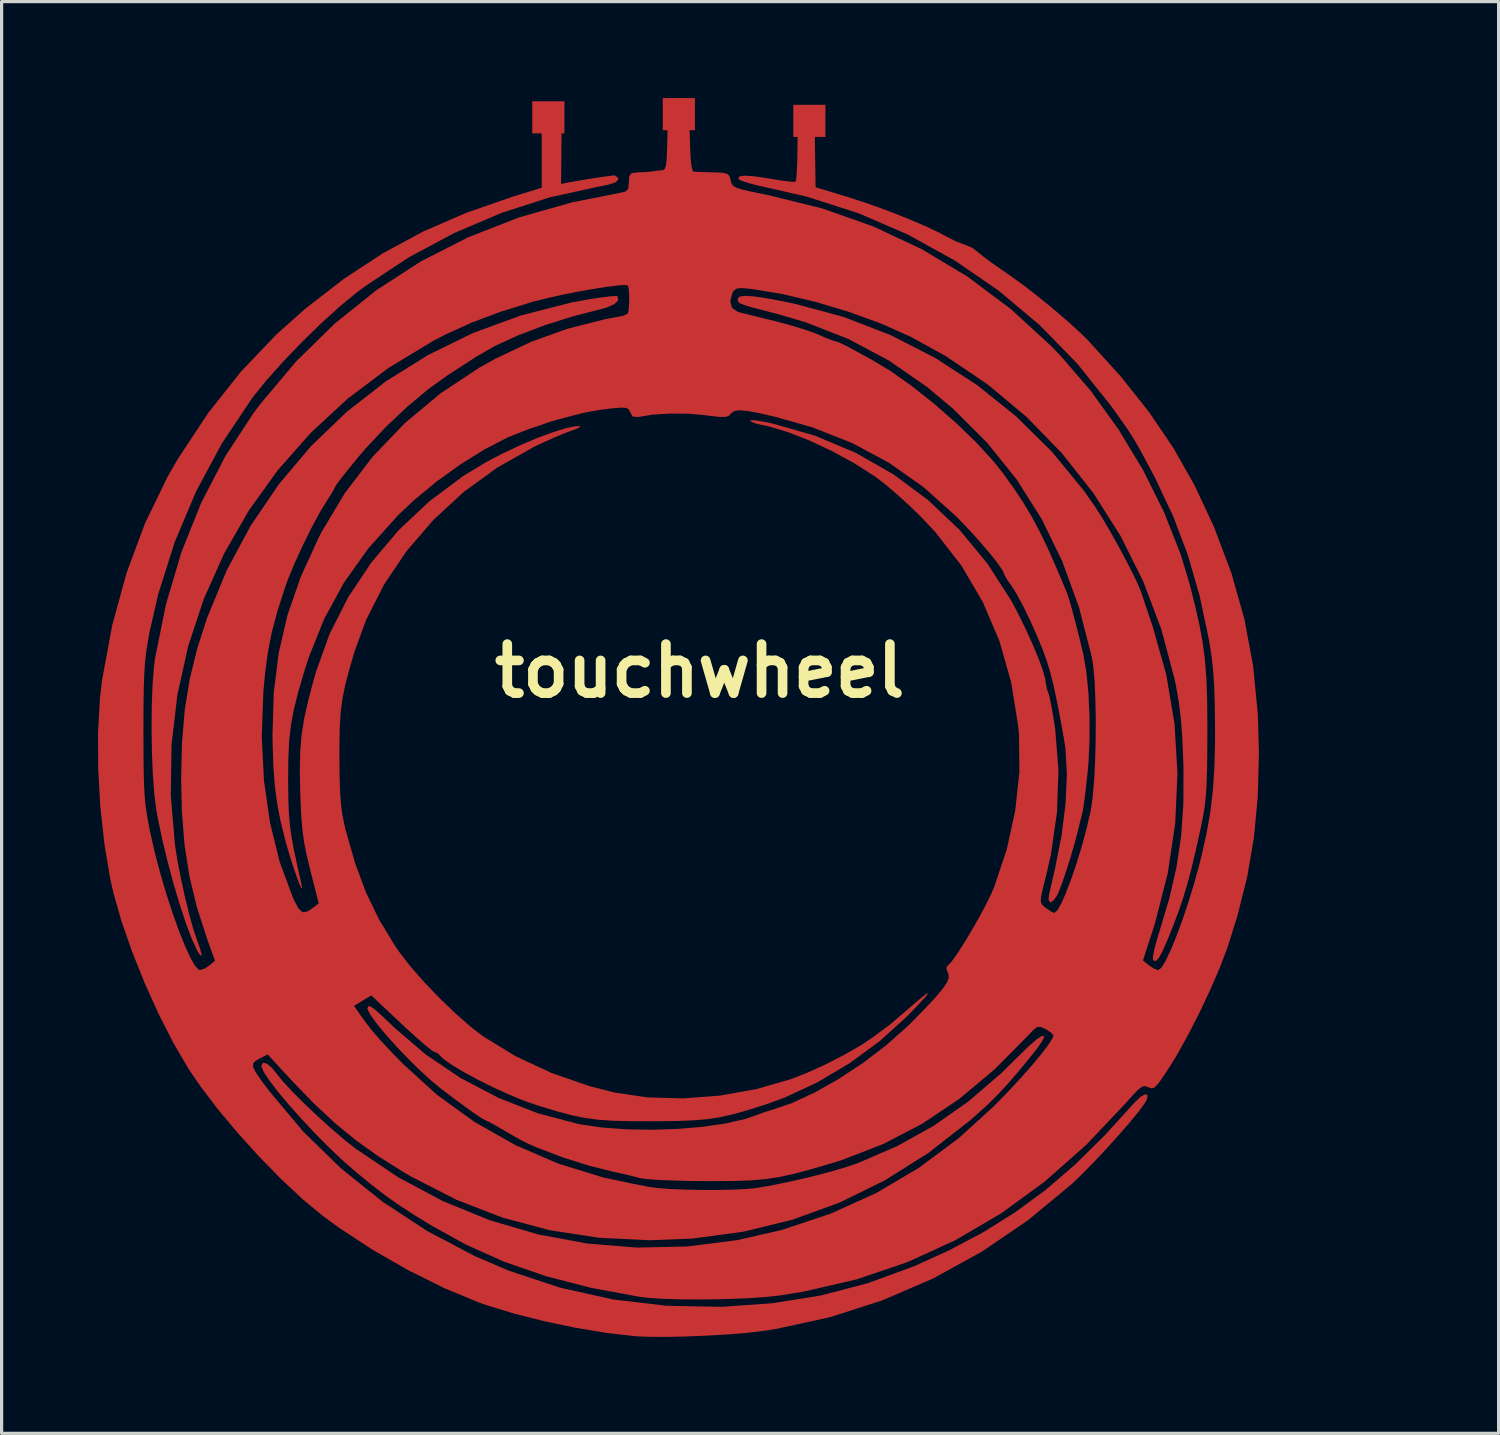
<source format=kicad_pcb>
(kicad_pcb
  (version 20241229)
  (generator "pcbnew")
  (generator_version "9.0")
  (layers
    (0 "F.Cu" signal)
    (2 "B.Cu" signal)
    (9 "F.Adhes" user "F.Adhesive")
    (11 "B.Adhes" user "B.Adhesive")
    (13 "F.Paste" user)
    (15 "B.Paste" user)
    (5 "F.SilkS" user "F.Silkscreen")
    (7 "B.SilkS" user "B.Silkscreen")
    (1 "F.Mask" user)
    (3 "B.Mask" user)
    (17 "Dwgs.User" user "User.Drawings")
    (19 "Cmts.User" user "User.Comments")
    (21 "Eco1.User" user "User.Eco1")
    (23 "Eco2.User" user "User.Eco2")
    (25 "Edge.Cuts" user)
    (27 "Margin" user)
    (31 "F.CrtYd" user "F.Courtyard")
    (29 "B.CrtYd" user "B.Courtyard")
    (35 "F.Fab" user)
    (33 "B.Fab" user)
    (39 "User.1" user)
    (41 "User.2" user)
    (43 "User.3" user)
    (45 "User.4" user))
  (footprint "touchwheel"
    (layer "F.Cu")
    (at 18.047 20.89)
    (property "Reference" "touchwheel" (at 0.67 -3.07 0) (layer "F.SilkS") (effects (font (size 1.524 1.524) (thickness 0.3))))
    (attr through_hole)
    (fp_poly (pts (xy 13.878 -19.284) (xy 13.836 -19.241) (xy 13.793 -19.284) (xy 13.836 -19.326) (xy 13.878 -19.284)) (stroke (width 0.01) (type solid)) (fill yes) (layer "F.Mask"))
    (fp_poly (pts (xy 22.514 -19.622) (xy 22.472 -19.58) (xy 22.429 -19.622) (xy 22.472 -19.665) (xy 22.514 -19.622)) (stroke (width 0.01) (type solid)) (fill yes) (layer "F.Mask"))
    (pad "1" smd custom (at 4.08 -20.18) (size 1 1) (layers "F.Cu" "F.Mask" "F.Paste") (options (anchor rect)) (primitives (gr_poly (pts (xy 0.165 0.571) (xy 0.188 2.067) (xy 1.204 2.377) (xy 1.808 2.574) (xy 2.438 2.801) (xy 3.051 3.042) (xy 3.607 3.279) (xy 4.064 3.496) (xy 4.252 3.598) (xy 4.516 3.733) (xy 4.764 3.832) (xy 4.826 3.85) (xy 5.066 3.955) (xy 5.239 4.085) (xy 5.385 4.207) (xy 5.632 4.392) (xy 5.942 4.611) (xy 6.151 4.754) (xy 6.573 5.053) (xy 7.056 5.424) (xy 7.557 5.832) (xy 8.034 6.24) (xy 8.443 6.613) (xy 8.655 6.822) (xy 9.677 7.946) (xy 10.557 9.053) (xy 11.317 10.174) (xy 11.978 11.341) (xy 12.56 12.586) (xy 12.581 12.634) (xy 13.124 14.071) (xy 13.527 15.499) (xy 13.799 16.955) (xy 13.946 18.475) (xy 13.979 19.65) (xy 13.943 21.018) (xy 13.824 22.287) (xy 13.615 23.512) (xy 13.305 24.745) (xy 13.003 25.704) (xy 12.775 26.308) (xy 12.478 26.999) (xy 12.137 27.724) (xy 11.777 28.429) (xy 11.425 29.061) (xy 11.21 29.411) (xy 10.993 29.742) (xy 10.842 29.951) (xy 10.736 30.061) (xy 10.651 30.092) (xy 10.565 30.066) (xy 10.543 30.055) (xy 10.446 30.018) (xy 10.349 30.037) (xy 10.224 30.13) (xy 10.043 30.319) (xy 9.849 30.539) (xy 8.615 31.843) (xy 7.32 32.989) (xy 5.961 33.98) (xy 4.535 34.816) (xy 3.04 35.499) (xy 1.474 36.03) (xy -0.166 36.411) (xy -0.936 36.535) (xy -1.403 36.584) (xy -1.975 36.622) (xy -2.613 36.646) (xy -3.276 36.657) (xy -3.922 36.655) (xy -4.511 36.639) (xy -5.002 36.608) (xy -5.273 36.576) (xy -6.795 36.294) (xy -8.189 35.934) (xy -9.477 35.489) (xy -10.686 34.948) (xy -11.707 34.385) (xy -12.28 34.035) (xy -12.754 33.727) (xy -13.18 33.427) (xy -13.608 33.097) (xy -14.09 32.701) (xy -14.181 32.625) (xy -14.57 32.282) (xy -14.983 31.887) (xy -15.402 31.462) (xy -15.81 31.026) (xy -16.188 30.601) (xy -16.518 30.207) (xy -16.782 29.864) (xy -16.962 29.592) (xy -17.04 29.413) (xy -17.041 29.393) (xy -16.996 29.3) (xy -16.879 29.329) (xy -16.719 29.463) (xy -16.572 29.646) (xy -16.379 29.885) (xy -16.084 30.203) (xy -15.716 30.57) (xy -15.307 30.959) (xy -14.884 31.342) (xy -14.478 31.689) (xy -14.12 31.973) (xy -12.792 32.866) (xy -11.395 33.61) (xy -9.941 34.203) (xy -8.442 34.643) (xy -6.91 34.927) (xy -5.357 35.053) (xy -3.797 35.019) (xy -2.241 34.821) (xy -0.864 34.506) (xy 0.652 34.002) (xy 2.07 33.361) (xy 3.399 32.578) (xy 4.65 31.648) (xy 5.739 30.657) (xy 6.168 30.218) (xy 6.57 29.787) (xy 6.928 29.382) (xy 7.226 29.024) (xy 7.446 28.732) (xy 7.573 28.527) (xy 7.597 28.449) (xy 7.529 28.363) (xy 7.365 28.255) (xy 7.349 28.247) (xy 7.195 28.177) (xy 7.083 28.182) (xy 6.957 28.28) (xy 6.82 28.428) (xy 5.753 29.505) (xy 4.653 30.424) (xy 3.506 31.193) (xy 2.298 31.821) (xy 1.013 32.319) (xy 0.651 32.432) (xy 0.035 32.611) (xy -0.474 32.747) (xy -0.919 32.845) (xy -1.342 32.91) (xy -1.787 32.95) (xy -2.296 32.97) (xy -2.911 32.975) (xy -3.242 32.975) (xy -3.788 32.969) (xy -4.293 32.955) (xy -4.727 32.936) (xy -5.058 32.912) (xy -5.257 32.885) (xy -5.274 32.881) (xy -5.524 32.814) (xy -5.853 32.737) (xy -6.077 32.689) (xy -6.838 32.5) (xy -7.659 32.241) (xy -8.459 31.937) (xy -8.744 31.814) (xy -8.922 31.724) (xy -9.188 31.577) (xy -9.486 31.404) (xy -9.493 31.4) (xy -9.761 31.244) (xy -9.971 31.129) (xy -10.081 31.077) (xy -10.086 31.076) (xy -10.185 31.024) (xy -10.395 30.884) (xy -10.692 30.673) (xy -11.053 30.407) (xy -11.454 30.103) (xy -11.464 30.096) (xy -11.779 29.834) (xy -12.128 29.514) (xy -12.49 29.156) (xy -12.843 28.787) (xy -13.165 28.428) (xy -13.434 28.104) (xy -13.63 27.838) (xy -13.731 27.653) (xy -13.739 27.61) (xy -13.721 27.545) (xy -13.656 27.55) (xy -13.528 27.639) (xy -13.319 27.822) (xy -13.013 28.113) (xy -12.916 28.207) (xy -11.941 29.043) (xy -10.851 29.778) (xy -9.677 30.393) (xy -8.448 30.875) (xy -7.196 31.206) (xy -7.135 31.218) (xy -6.444 31.319) (xy -5.679 31.375) (xy -4.875 31.388) (xy -4.067 31.36) (xy -3.292 31.293) (xy -2.584 31.188) (xy -1.978 31.048) (xy -1.59 30.911) (xy -1.369 30.83) (xy -1.209 30.783) (xy -0.558 30.565) (xy 0.16 30.233) (xy 0.912 29.809) (xy 1.665 29.312) (xy 2.384 28.766) (xy 3.034 28.189) (xy 3.157 28.069) (xy 3.599 27.62) (xy 3.926 27.269) (xy 4.151 27.001) (xy 4.286 26.8) (xy 4.341 26.651) (xy 4.329 26.536) (xy 4.312 26.504) (xy 4.262 26.352) (xy 4.295 26.296) (xy 4.411 26.176) (xy 4.584 25.937) (xy 4.796 25.611) (xy 5.027 25.23) (xy 5.259 24.825) (xy 5.473 24.429) (xy 5.65 24.073) (xy 5.75 23.844) (xy 6.145 22.663) (xy 6.409 21.452) (xy 6.538 20.248) (xy 6.525 19.084) (xy 6.504 18.846) (xy 6.283 17.468) (xy 5.915 16.174) (xy 5.399 14.964) (xy 4.738 13.838) (xy 3.929 12.797) (xy 3.499 12.337) (xy 3.131 11.979) (xy 2.742 11.625) (xy 2.376 11.312) (xy 2.077 11.08) (xy 2.051 11.062) (xy 1.411 10.653) (xy 0.717 10.273) (xy 0.012 9.941) (xy -0.665 9.676) (xy -1.271 9.496) (xy -1.481 9.453) (xy -1.697 9.4) (xy -1.829 9.339) (xy -1.84 9.327) (xy -1.784 9.312) (xy -1.598 9.332) (xy -1.316 9.383) (xy -1.156 9.417) (xy 0.174 9.798) (xy 1.431 10.326) (xy 2.606 10.996) (xy 3.687 11.797) (xy 4.665 12.723) (xy 5.528 13.765) (xy 6.267 14.915) (xy 6.446 15.247) (xy 6.705 15.77) (xy 6.935 16.273) (xy 7.125 16.728) (xy 7.262 17.106) (xy 7.334 17.378) (xy 7.343 17.46) (xy 7.383 17.676) (xy 7.42 17.767) (xy 7.462 17.906) (xy 7.518 18.173) (xy 7.581 18.531) (xy 7.642 18.93) (xy 7.743 20.19) (xy 7.698 21.497) (xy 7.509 22.816) (xy 7.353 23.502) (xy 7.258 23.875) (xy 7.204 24.12) (xy 7.192 24.271) (xy 7.221 24.366) (xy 7.292 24.439) (xy 7.352 24.486) (xy 7.516 24.598) (xy 7.619 24.643) (xy 7.712 24.568) (xy 7.836 24.353) (xy 7.982 24.024) (xy 8.142 23.608) (xy 8.306 23.128) (xy 8.465 22.611) (xy 8.61 22.082) (xy 8.732 21.567) (xy 8.759 21.437) (xy 8.817 21.041) (xy 8.862 20.521) (xy 8.893 19.917) (xy 8.91 19.265) (xy 8.913 18.604) (xy 8.901 17.97) (xy 8.875 17.402) (xy 8.833 16.938) (xy 8.793 16.687) (xy 8.394 15.137) (xy 7.873 13.703) (xy 7.227 12.376) (xy 6.45 11.149) (xy 5.538 10.014) (xy 4.486 8.963) (xy 3.66 8.271) (xy 2.483 7.455) (xy 1.228 6.786) (xy -0.116 6.259) (xy -0.955 6.013) (xy -1.436 5.888) (xy -1.777 5.797) (xy -2.002 5.731) (xy -2.135 5.681) (xy -2.201 5.638) (xy -2.223 5.592) (xy -2.225 5.538) (xy -2.168 5.47) (xy -1.992 5.447) (xy -1.687 5.469) (xy -1.241 5.538) (xy -0.647 5.653) (xy -0.447 5.696) (xy 1.064 6.104) (xy 2.52 6.667) (xy 3.909 7.377) (xy 5.217 8.224) (xy 6.432 9.2) (xy 7.541 10.295) (xy 8.531 11.502) (xy 8.902 12.032) (xy 9.112 12.363) (xy 9.351 12.769) (xy 9.6 13.214) (xy 9.841 13.663) (xy 10.054 14.08) (xy 10.221 14.428) (xy 10.321 14.673) (xy 10.328 14.697) (xy 10.376 14.845) (xy 10.465 15.111) (xy 10.581 15.455) (xy 10.677 15.738) (xy 11.096 17.224) (xy 11.352 18.746) (xy 11.445 20.291) (xy 11.375 21.848) (xy 11.143 23.406) (xy 10.747 24.954) (xy 10.685 25.149) (xy 10.371 26.118) (xy 10.56 26.271) (xy 10.733 26.383) (xy 10.854 26.423) (xy 10.954 26.345) (xy 11.088 26.126) (xy 11.248 25.789) (xy 11.425 25.356) (xy 11.612 24.85) (xy 11.799 24.293) (xy 11.977 23.709) (xy 12.139 23.121) (xy 12.213 22.825) (xy 12.367 22.125) (xy 12.481 21.471) (xy 12.558 20.814) (xy 12.604 20.109) (xy 12.623 19.308) (xy 12.623 18.803) (xy 12.615 18.113) (xy 12.596 17.548) (xy 12.562 17.065) (xy 12.511 16.62) (xy 12.439 16.168) (xy 12.433 16.136) (xy 12.143 14.768) (xy 11.779 13.509) (xy 11.326 12.309) (xy 10.765 11.119) (xy 10.665 10.929) (xy 10.434 10.495) (xy 10.255 10.166) (xy 10.1 9.9) (xy 9.944 9.653) (xy 9.757 9.381) (xy 9.515 9.041) (xy 9.381 8.855) (xy 8.335 7.546) (xy 7.17 6.353) (xy 5.896 5.281) (xy 4.525 4.339) (xy 3.067 3.533) (xy 1.534 2.87) (xy -0.065 2.357) (xy -1.189 2.097) (xy -1.575 2.013) (xy -1.896 1.929) (xy -2.118 1.855) (xy -2.205 1.802) (xy -2.175 1.732) (xy -2.017 1.708) (xy -1.719 1.729) (xy -1.272 1.795) (xy -1.124 1.821) (xy -0.812 1.87) (xy -0.567 1.898) (xy -0.434 1.9) (xy -0.425 1.897) (xy -0.404 1.804) (xy -0.386 1.571) (xy -0.372 1.226) (xy -0.364 0.799) (xy -0.362 0.468) (xy -0.32 0.09) (xy 0.2 0.09) (xy 0.165 0.571)) (width 0.01) (fill yes))))
    (pad "2" smd custom (at 0.02 -20.39) (size 1 1) (layers "F.Cu" "F.Mask" "F.Paste") (options (anchor rect)) (primitives (gr_poly (pts (xy 0.33 0.488) (xy 0.344 1.019) (xy 0.363 1.398) (xy 0.391 1.642) (xy 0.427 1.768) (xy 0.46 1.794) (xy 0.598 1.802) (xy 0.844 1.81) (xy 1.063 1.815) (xy 1.342 1.827) (xy 1.497 1.859) (xy 1.571 1.932) (xy 1.608 2.063) (xy 1.633 2.16) (xy 1.684 2.232) (xy 1.786 2.293) (xy 1.968 2.351) (xy 2.256 2.417) (xy 2.677 2.503) (xy 2.782 2.524) (xy 4.459 2.939) (xy 6.052 3.501) (xy 7.559 4.209) (xy 8.982 5.063) (xy 10.318 6.063) (xy 11.569 7.209) (xy 11.866 7.516) (xy 12.809 8.611) (xy 13.672 9.81) (xy 14.439 11.08) (xy 15.09 12.389) (xy 15.609 13.707) (xy 15.881 14.611) (xy 16.057 15.306) (xy 16.192 15.908) (xy 16.292 16.458) (xy 16.361 16.998) (xy 16.405 17.57) (xy 16.428 18.215) (xy 16.435 18.976) (xy 16.435 19.225) (xy 16.432 19.899) (xy 16.424 20.435) (xy 16.41 20.863) (xy 16.387 21.215) (xy 16.354 21.521) (xy 16.307 21.813) (xy 16.246 22.12) (xy 16.241 22.146) (xy 16.084 22.86) (xy 15.945 23.446) (xy 15.814 23.942) (xy 15.681 24.386) (xy 15.533 24.817) (xy 15.389 25.199) (xy 15.19 25.697) (xy 15.035 26.046) (xy 14.917 26.257) (xy 14.828 26.344) (xy 14.762 26.319) (xy 14.756 26.309) (xy 14.755 26.192) (xy 14.802 25.955) (xy 14.888 25.638) (xy 14.953 25.428) (xy 15.265 24.385) (xy 15.488 23.41) (xy 15.63 22.449) (xy 15.699 21.447) (xy 15.702 20.351) (xy 15.696 20.139) (xy 15.667 19.438) (xy 15.625 18.855) (xy 15.564 18.339) (xy 15.479 17.838) (xy 15.431 17.6) (xy 15.016 16.033) (xy 14.451 14.536) (xy 13.743 13.117) (xy 12.898 11.785) (xy 11.923 10.55) (xy 10.825 9.42) (xy 9.611 8.405) (xy 8.287 7.512) (xy 7.202 6.916) (xy 6.307 6.516) (xy 5.306 6.151) (xy 4.259 5.837) (xy 3.224 5.592) (xy 2.259 5.434) (xy 2.199 5.427) (xy 1.933 5.406) (xy 1.782 5.427) (xy 1.695 5.503) (xy 1.665 5.553) (xy 1.591 5.813) (xy 1.65 6.027) (xy 1.828 6.155) (xy 1.835 6.157) (xy 2.002 6.2) (xy 2.29 6.272) (xy 2.656 6.362) (xy 2.978 6.441) (xy 3.41 6.555) (xy 3.831 6.681) (xy 4.184 6.801) (xy 4.357 6.871) (xy 4.612 6.982) (xy 4.807 7.056) (xy 4.883 7.075) (xy 4.998 7.114) (xy 5.202 7.211) (xy 5.325 7.277) (xy 5.618 7.438) (xy 5.909 7.596) (xy 5.985 7.637) (xy 6.591 8) (xy 7.255 8.471) (xy 7.943 9.018) (xy 8.616 9.607) (xy 9.238 10.208) (xy 9.772 10.789) (xy 10.082 11.177) (xy 10.419 11.648) (xy 10.711 12.086) (xy 10.973 12.523) (xy 11.223 12.992) (xy 11.479 13.524) (xy 11.756 14.151) (xy 12.073 14.906) (xy 12.074 14.907) (xy 12.129 15.074) (xy 12.213 15.366) (xy 12.313 15.741) (xy 12.421 16.16) (xy 12.524 16.582) (xy 12.578 16.812) (xy 12.671 17.35) (xy 12.735 18.005) (xy 12.769 18.726) (xy 12.77 19.464) (xy 12.738 20.168) (xy 12.716 20.41) (xy 12.67 20.843) (xy 12.624 21.231) (xy 12.583 21.534) (xy 12.552 21.713) (xy 12.549 21.723) (xy 12.494 21.938) (xy 12.425 22.221) (xy 12.402 22.315) (xy 12.309 22.67) (xy 12.19 23.08) (xy 12.059 23.498) (xy 11.931 23.876) (xy 11.822 24.167) (xy 11.77 24.284) (xy 11.66 24.448) (xy 11.56 24.517) (xy 11.559 24.517) (xy 11.504 24.445) (xy 11.519 24.284) (xy 11.566 24.079) (xy 11.635 23.779) (xy 11.7 23.501) (xy 11.908 22.449) (xy 12.034 21.454) (xy 12.075 20.543) (xy 12.031 19.74) (xy 11.991 19.472) (xy 11.864 18.773) (xy 11.755 18.213) (xy 11.658 17.763) (xy 11.565 17.392) (xy 11.471 17.073) (xy 11.469 17.066) (xy 11.329 16.674) (xy 11.144 16.222) (xy 10.934 15.753) (xy 10.72 15.311) (xy 10.52 14.938) (xy 10.357 14.677) (xy 10.344 14.66) (xy 10.211 14.473) (xy 10.138 14.344) (xy 10.133 14.324) (xy 10.076 14.194) (xy 9.921 13.968) (xy 9.686 13.671) (xy 9.393 13.326) (xy 9.06 12.957) (xy 8.709 12.59) (xy 8.599 12.48) (xy 7.601 11.589) (xy 6.539 10.842) (xy 5.395 10.228) (xy 4.152 9.738) (xy 3.021 9.416) (xy 2.518 9.3) (xy 2.153 9.231) (xy 1.901 9.207) (xy 1.737 9.227) (xy 1.637 9.289) (xy 1.619 9.311) (xy 1.551 9.38) (xy 1.45 9.414) (xy 1.277 9.414) (xy 0.994 9.384) (xy 0.806 9.359) (xy 0.288 9.314) (xy -0.275 9.31) (xy -0.813 9.343) (xy -1.257 9.414) (xy -1.268 9.416) (xy -1.43 9.405) (xy -1.509 9.278) (xy -1.552 9.182) (xy -1.632 9.133) (xy -1.789 9.125) (xy -2.066 9.147) (xy -2.13 9.153) (xy -2.507 9.203) (xy -2.889 9.272) (xy -3.118 9.325) (xy -3.409 9.402) (xy -3.665 9.469) (xy -3.753 9.492) (xy -3.99 9.561) (xy -4.134 9.611) (xy -4.324 9.678) (xy -4.581 9.763) (xy -4.642 9.782) (xy -5.308 10.042) (xy -6.037 10.419) (xy -6.794 10.889) (xy -7.546 11.43) (xy -8.257 12.019) (xy -8.749 12.485) (xy -9.659 13.5) (xy -10.416 14.561) (xy -11.032 15.69) (xy -11.523 16.91) (xy -11.655 17.323) (xy -11.844 17.969) (xy -11.98 18.51) (xy -12.071 18.999) (xy -12.127 19.491) (xy -12.153 20.037) (xy -12.159 20.693) (xy -12.159 20.749) (xy -12.153 21.263) (xy -12.139 21.69) (xy -12.109 22.073) (xy -12.058 22.455) (xy -11.981 22.879) (xy -11.873 23.387) (xy -11.751 23.924) (xy -11.725 24.066) (xy -11.741 24.07) (xy -11.792 23.961) (xy -11.868 23.762) (xy -11.96 23.498) (xy -12.059 23.192) (xy -12.158 22.869) (xy -12.223 22.64) (xy -12.376 22.029) (xy -12.488 21.462) (xy -12.564 20.887) (xy -12.61 20.255) (xy -12.633 19.514) (xy -12.636 19.34) (xy -12.598 18.013) (xy -12.445 16.772) (xy -12.167 15.578) (xy -11.756 14.393) (xy -11.202 13.181) (xy -11.111 13.003) (xy -10.384 11.788) (xy -9.518 10.656) (xy -8.524 9.62) (xy -7.418 8.695) (xy -6.213 7.896) (xy -5.7 7.61) (xy -4.592 7.086) (xy -3.469 6.683) (xy -2.276 6.38) (xy -1.744 6.28) (xy -1.604 6.222) (xy -1.585 6.206) (xy -1.556 6.097) (xy -1.541 5.886) (xy -1.54 5.642) (xy -1.554 5.432) (xy -1.583 5.323) (xy -1.583 5.323) (xy -1.692 5.309) (xy -1.935 5.327) (xy -2.28 5.372) (xy -2.698 5.439) (xy -3.156 5.521) (xy -3.624 5.614) (xy -4.07 5.712) (xy -4.463 5.81) (xy -4.585 5.844) (xy -5.578 6.154) (xy -6.453 6.483) (xy -7.26 6.85) (xy -7.647 7.051) (xy -9.031 7.888) (xy -10.302 8.845) (xy -11.455 9.911) (xy -12.485 11.078) (xy -13.386 12.335) (xy -14.153 13.672) (xy -14.782 15.078) (xy -15.267 16.545) (xy -15.604 18.062) (xy -15.786 19.619) (xy -15.809 21.206) (xy -15.679 22.739) (xy -15.603 23.219) (xy -15.497 23.766) (xy -15.373 24.333) (xy -15.242 24.87) (xy -15.114 25.332) (xy -15.01 25.646) (xy -14.905 25.943) (xy -14.856 26.126) (xy -14.865 26.181) (xy -14.933 26.096) (xy -14.982 26.009) (xy -15.146 25.653) (xy -15.33 25.165) (xy -15.524 24.577) (xy -15.717 23.926) (xy -15.901 23.244) (xy -16.064 22.566) (xy -16.198 21.926) (xy -16.255 21.61) (xy -16.315 21.122) (xy -16.359 20.514) (xy -16.387 19.829) (xy -16.397 19.112) (xy -16.391 18.406) (xy -16.366 17.755) (xy -16.324 17.202) (xy -16.291 16.939) (xy -15.949 15.246) (xy -15.468 13.625) (xy -14.852 12.089) (xy -14.105 10.646) (xy -13.233 9.31) (xy -13.018 9.023) (xy -11.903 7.699) (xy -10.7 6.518) (xy -9.407 5.481) (xy -8.023 4.586) (xy -6.547 3.833) (xy -4.977 3.22) (xy -3.312 2.747) (xy -1.869 2.462) (xy -1.661 2.415) (xy -1.571 2.328) (xy -1.551 2.149) (xy -1.551 2.118) (xy -1.539 1.927) (xy -1.468 1.842) (xy -1.289 1.818) (xy -1.234 1.816) (xy -1.003 1.805) (xy -0.846 1.79) (xy -0.832 1.787) (xy -0.684 1.765) (xy -0.559 1.754) (xy -0.486 1.743) (xy -0.434 1.704) (xy -0.399 1.612) (xy -0.377 1.441) (xy -0.363 1.165) (xy -0.352 0.759) (xy -0.347 0.492) (xy -0.33 -0.05) (xy 0.37 -0.13) (xy 0.33 0.488)) (width 0.01) (fill yes))))
    (pad "3" smd custom (at -4.04 -20.29) (size 1 1) (layers "F.Cu" "F.Mask" "F.Paste") (options (anchor rect)) (primitives (gr_poly (pts (xy 0.392 2.078) (xy 0.625 2.031) (xy 0.866 1.986) (xy 1.176 1.934) (xy 1.505 1.883) (xy 1.8 1.841) (xy 2.007 1.815) (xy 2.064 1.811) (xy 2.159 1.878) (xy 2.17 1.93) (xy 2.099 2.012) (xy 1.879 2.087) (xy 1.556 2.151) (xy 0.046 2.482) (xy -1.462 2.969) (xy -2.938 3.598) (xy -4.355 4.358) (xy -5.684 5.236) (xy -5.958 5.441) (xy -6.485 5.874) (xy -7.067 6.401) (xy -7.667 6.986) (xy -8.247 7.589) (xy -8.769 8.174) (xy -9.196 8.701) (xy -9.236 8.756) (xy -10.165 10.15) (xy -10.965 11.642) (xy -11.626 13.208) (xy -12.138 14.824) (xy -12.406 15.992) (xy -12.469 16.337) (xy -12.517 16.653) (xy -12.552 16.973) (xy -12.575 17.328) (xy -12.59 17.748) (xy -12.598 18.266) (xy -12.6 18.914) (xy -12.6 19.125) (xy -12.598 19.799) (xy -12.593 20.334) (xy -12.581 20.763) (xy -12.562 21.115) (xy -12.532 21.422) (xy -12.49 21.715) (xy -12.433 22.026) (xy -12.377 22.3) (xy -12.238 22.904) (xy -12.074 23.526) (xy -11.892 24.142) (xy -11.701 24.732) (xy -11.508 25.273) (xy -11.321 25.745) (xy -11.148 26.125) (xy -10.997 26.392) (xy -10.875 26.523) (xy -10.841 26.533) (xy -10.687 26.482) (xy -10.541 26.385) (xy -10.364 26.237) (xy -10.616 25.535) (xy -10.929 24.563) (xy -11.158 23.616) (xy -11.31 22.646) (xy -11.394 21.605) (xy -11.418 20.564) (xy -11.39 19.436) (xy -11.303 18.419) (xy -11.148 17.465) (xy -10.917 16.525) (xy -10.617 15.59) (xy -10.005 14.102) (xy -9.257 12.709) (xy -8.379 11.417) (xy -7.381 10.234) (xy -6.269 9.165) (xy -5.052 8.217) (xy -3.738 7.397) (xy -2.333 6.71) (xy -0.847 6.165) (xy 0.713 5.766) (xy 1.269 5.664) (xy 1.625 5.61) (xy 1.914 5.574) (xy 2.1 5.562) (xy 2.147 5.569) (xy 2.173 5.684) (xy 2.054 5.804) (xy 1.813 5.912) (xy 1.647 5.957) (xy 0.745 6.19) (xy -0.129 6.467) (xy -0.94 6.776) (xy -1.653 7.102) (xy -2.232 7.433) (xy -2.233 7.433) (xy -2.449 7.574) (xy -2.748 7.768) (xy -3.072 7.977) (xy -3.122 8.009) (xy -3.742 8.454) (xy -4.403 9.007) (xy -5.063 9.632) (xy -5.68 10.289) (xy -5.924 10.574) (xy -6.186 10.895) (xy -6.405 11.169) (xy -6.559 11.371) (xy -6.628 11.474) (xy -6.63 11.48) (xy -6.677 11.578) (xy -6.791 11.766) (xy -6.88 11.903) (xy -7.109 12.278) (xy -7.37 12.763) (xy -7.639 13.305) (xy -7.89 13.854) (xy -8.1 14.359) (xy -8.201 14.638) (xy -8.433 15.363) (xy -8.603 16) (xy -8.726 16.615) (xy -8.814 17.272) (xy -8.87 17.874) (xy -8.92 19.275) (xy -8.85 20.639) (xy -8.662 21.943) (xy -8.361 23.163) (xy -7.95 24.276) (xy -7.91 24.364) (xy -7.772 24.623) (xy -7.642 24.733) (xy -7.489 24.707) (xy -7.331 24.602) (xy -7.137 24.453) (xy -7.404 23.398) (xy -7.512 22.953) (xy -7.589 22.568) (xy -7.642 22.194) (xy -7.678 21.779) (xy -7.703 21.273) (xy -7.713 20.943) (xy -7.725 20.285) (xy -7.713 19.726) (xy -7.671 19.219) (xy -7.592 18.714) (xy -7.47 18.163) (xy -7.3 17.519) (xy -7.227 17.262) (xy -6.801 16.074) (xy -6.222 14.931) (xy -5.503 13.852) (xy -4.659 12.853) (xy -3.703 11.951) (xy -2.649 11.164) (xy -1.936 10.731) (xy -1.425 10.463) (xy -0.891 10.212) (xy -0.366 9.989) (xy 0.121 9.807) (xy 0.537 9.678) (xy 0.852 9.613) (xy 0.958 9.608) (xy 0.978 9.634) (xy 0.862 9.691) (xy 0.736 9.734) (xy 0.498 9.823) (xy 0.161 9.965) (xy -0.219 10.137) (xy -0.447 10.246) (xy -1.586 10.886) (xy -2.636 11.65) (xy -3.583 12.523) (xy -4.415 13.491) (xy -5.119 14.537) (xy -5.681 15.648) (xy -6.037 16.627) (xy -6.204 17.202) (xy -6.327 17.673) (xy -6.411 18.088) (xy -6.464 18.497) (xy -6.493 18.945) (xy -6.503 19.483) (xy -6.504 19.929) (xy -6.498 20.522) (xy -6.484 20.985) (xy -6.457 21.357) (xy -6.415 21.678) (xy -6.353 21.988) (xy -6.314 22.153) (xy -6.02 23.189) (xy -5.681 24.104) (xy -5.276 24.944) (xy -4.785 25.756) (xy -4.664 25.935) (xy -4.322 26.383) (xy -3.882 26.886) (xy -3.385 27.405) (xy -2.871 27.897) (xy -2.381 28.324) (xy -2.028 28.593) (xy -1.023 29.208) (xy 0.093 29.729) (xy 1.278 30.141) (xy 2.043 30.337) (xy 3.079 30.491) (xy 4.19 30.523) (xy 5.334 30.436) (xy 6.473 30.233) (xy 7.531 29.929) (xy 8.076 29.716) (xy 8.666 29.445) (xy 9.248 29.145) (xy 9.767 28.843) (xy 10.109 28.612) (xy 10.341 28.439) (xy 10.523 28.304) (xy 10.597 28.249) (xy 10.696 28.168) (xy 10.889 28.004) (xy 11.146 27.783) (xy 11.317 27.635) (xy 11.602 27.392) (xy 11.765 27.266) (xy 11.805 27.255) (xy 11.723 27.362) (xy 11.518 27.585) (xy 11.19 27.925) (xy 11.145 27.971) (xy 10.312 28.726) (xy 9.37 29.417) (xy 8.363 30.016) (xy 7.334 30.494) (xy 6.784 30.694) (xy 6.23 30.869) (xy 5.769 31) (xy 5.359 31.094) (xy 4.957 31.157) (xy 4.521 31.195) (xy 4.01 31.215) (xy 3.38 31.222) (xy 3.228 31.223) (xy 2.558 31.221) (xy 2.016 31.208) (xy 1.56 31.177) (xy 1.148 31.123) (xy 0.738 31.039) (xy 0.289 30.92) (xy -0.24 30.76) (xy -0.387 30.714) (xy -0.798 30.568) (xy -1.257 30.378) (xy -1.734 30.159) (xy -2.2 29.926) (xy -2.628 29.694) (xy -2.989 29.478) (xy -3.254 29.293) (xy -3.395 29.153) (xy -3.404 29.137) (xy -3.501 29.076) (xy -3.532 29.073) (xy -3.625 29.018) (xy -3.817 28.865) (xy -4.082 28.636) (xy -4.398 28.35) (xy -4.57 28.19) (xy -5.508 27.306) (xy -5.78 27.472) (xy -6.052 27.637) (xy -5.862 27.911) (xy -5.667 28.182) (xy -5.464 28.439) (xy -5.223 28.715) (xy -4.917 29.044) (xy -4.534 29.439) (xy -3.47 30.407) (xy -2.297 31.255) (xy -1.031 31.973) (xy 0.31 32.552) (xy 1.707 32.982) (xy 2.593 33.17) (xy 2.864 33.221) (xy 3.1 33.271) (xy 3.101 33.271) (xy 3.365 33.309) (xy 3.757 33.339) (xy 4.236 33.359) (xy 4.761 33.37) (xy 5.29 33.37) (xy 5.783 33.359) (xy 6.199 33.337) (xy 6.416 33.316) (xy 6.901 33.237) (xy 7.472 33.121) (xy 8.08 32.982) (xy 8.673 32.831) (xy 9.2 32.68) (xy 9.612 32.542) (xy 9.621 32.539) (xy 10.854 32.005) (xy 11.987 31.375) (xy 13.052 30.63) (xy 14.08 29.748) (xy 14.625 29.213) (xy 14.949 28.895) (xy 15.195 28.684) (xy 15.355 28.579) (xy 15.419 28.584) (xy 15.379 28.698) (xy 15.229 28.924) (xy 15.067 29.131) (xy 14.644 29.647) (xy 14.287 30.061) (xy 13.962 30.412) (xy 13.634 30.734) (xy 13.269 31.064) (xy 13.105 31.206) (xy 11.814 32.214) (xy 10.462 33.064) (xy 9.052 33.756) (xy 7.585 34.288) (xy 6.062 34.66) (xy 4.486 34.872) (xy 3.151 34.925) (xy 1.571 34.847) (xy 0.051 34.614) (xy -1.42 34.222) (xy -2.852 33.668) (xy -4.258 32.949) (xy -4.519 32.796) (xy -5.285 32.314) (xy -5.97 31.826) (xy -6.613 31.301) (xy -7.256 30.703) (xy -7.938 30.001) (xy -8.094 29.833) (xy -8.73 29.142) (xy -8.996 29.28) (xy -9.126 29.356) (xy -9.191 29.437) (xy -9.185 29.55) (xy -9.099 29.72) (xy -8.924 29.973) (xy -8.673 30.308) (xy -7.628 31.553) (xy -6.453 32.698) (xy -5.164 33.732) (xy -3.776 34.644) (xy -2.302 35.422) (xy -1.217 35.887) (xy 0.373 36.412) (xy 2.005 36.775) (xy 3.673 36.973) (xy 5.369 37.006) (xy 5.387 37.006) (xy 6.974 36.894) (xy 8.477 36.653) (xy 9.931 36.273) (xy 11.372 35.746) (xy 12.463 35.25) (xy 13.538 34.681) (xy 14.532 34.06) (xy 15.473 33.367) (xy 16.389 32.58) (xy 17.306 31.676) (xy 18.237 30.653) (xy 18.427 30.469) (xy 18.568 30.393) (xy 18.637 30.422) (xy 18.608 30.555) (xy 18.545 30.669) (xy 18.367 30.913) (xy 18.095 31.245) (xy 17.759 31.633) (xy 17.384 32.049) (xy 16.999 32.46) (xy 16.632 32.836) (xy 16.31 33.147) (xy 16.272 33.182) (xy 14.918 34.303) (xy 13.479 35.282) (xy 11.967 36.114) (xy 10.389 36.795) (xy 8.756 37.32) (xy 7.076 37.685) (xy 6.637 37.752) (xy 6.161 37.807) (xy 5.582 37.854) (xy 4.945 37.891) (xy 4.295 37.918) (xy 3.678 37.931) (xy 3.139 37.929) (xy 2.722 37.911) (xy 2.72 37.911) (xy 1.835 37.811) (xy 0.871 37.652) (xy -0.112 37.447) (xy -1.058 37.208) (xy -1.911 36.948) (xy -2.152 36.863) (xy -3.225 36.419) (xy -4.342 35.865) (xy -5.451 35.23) (xy -6.5 34.543) (xy -7.016 34.166) (xy -7.629 33.658) (xy -8.293 33.039) (xy -8.976 32.342) (xy -9.646 31.603) (xy -10.271 30.857) (xy -10.818 30.139) (xy -11.186 29.598) (xy -11.655 28.797) (xy -12.115 27.894) (xy -12.55 26.933) (xy -12.942 25.955) (xy -13.273 25.003) (xy -13.525 24.119) (xy -13.621 23.698) (xy -13.805 22.596) (xy -13.932 21.435) (xy -13.998 20.261) (xy -14.002 19.123) (xy -13.942 18.066) (xy -13.878 17.516) (xy -13.562 15.803) (xy -13.114 14.169) (xy -12.539 12.625) (xy -11.841 11.186) (xy -11.513 10.617) (xy -10.572 9.193) (xy -9.556 7.911) (xy -8.451 6.753) (xy -7.567 5.965) (xy -6.36 5.03) (xy -5.145 4.232) (xy -3.885 3.553) (xy -2.541 2.97) (xy -1.111 2.474) (xy -0.201 2.192) (xy -0.201 0.689) (xy -0.21 -0.06) (xy 0.41 -0.04) (xy 0.392 2.078)) (width 0.01) (fill yes)))))
  (gr_rect
    (start -3 -3)
    (end 43.566 41.536)
    (stroke (width 0.1) (type default))
    (fill no)
    (layer "Edge.Cuts")))
</source>
